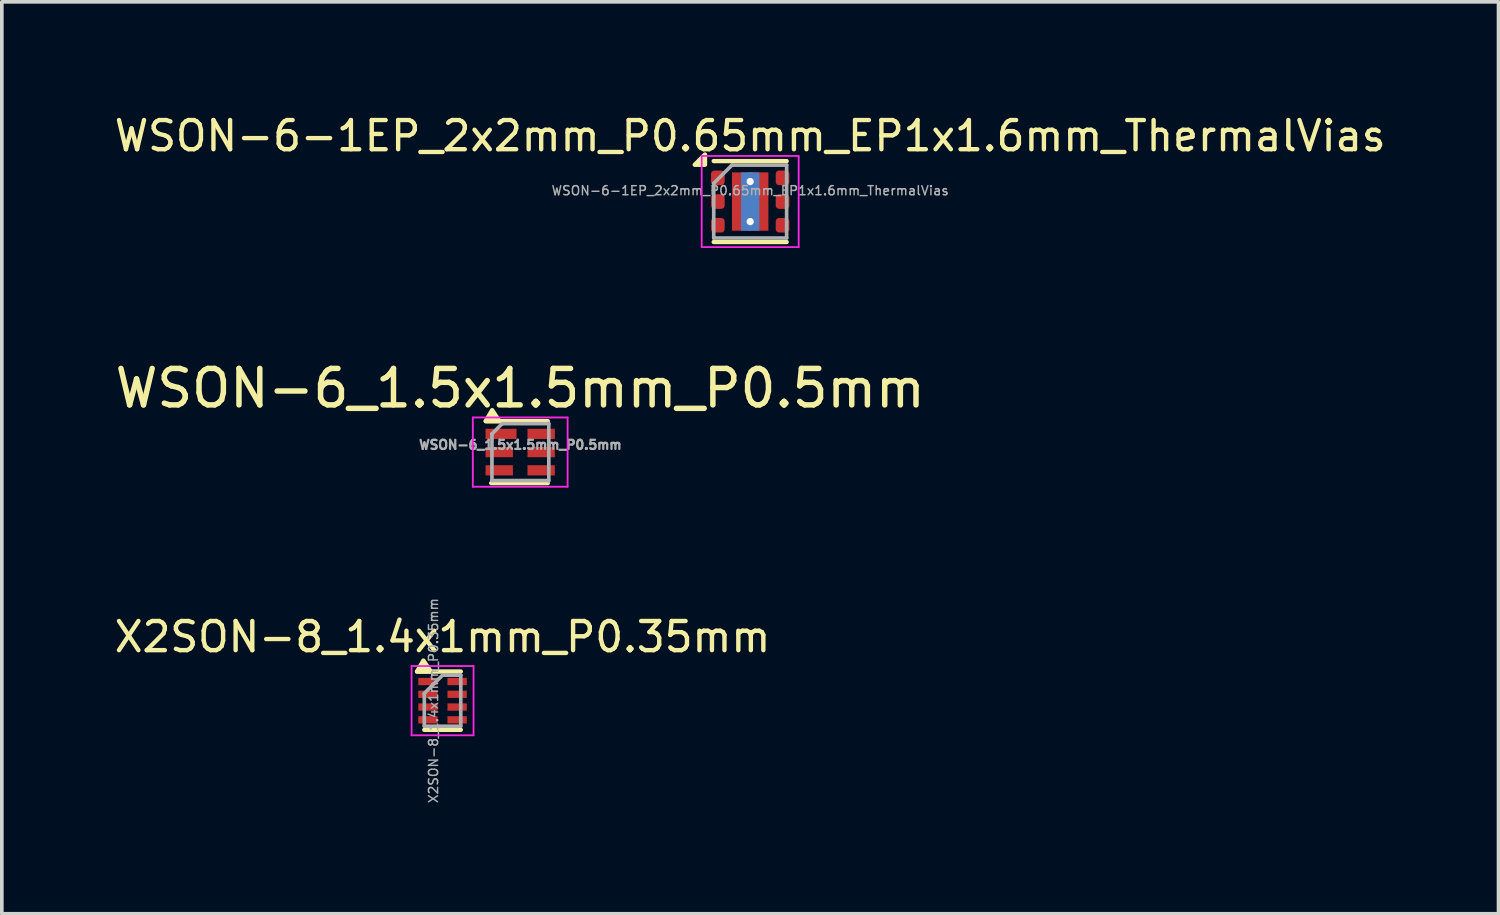
<source format=kicad_pcb>
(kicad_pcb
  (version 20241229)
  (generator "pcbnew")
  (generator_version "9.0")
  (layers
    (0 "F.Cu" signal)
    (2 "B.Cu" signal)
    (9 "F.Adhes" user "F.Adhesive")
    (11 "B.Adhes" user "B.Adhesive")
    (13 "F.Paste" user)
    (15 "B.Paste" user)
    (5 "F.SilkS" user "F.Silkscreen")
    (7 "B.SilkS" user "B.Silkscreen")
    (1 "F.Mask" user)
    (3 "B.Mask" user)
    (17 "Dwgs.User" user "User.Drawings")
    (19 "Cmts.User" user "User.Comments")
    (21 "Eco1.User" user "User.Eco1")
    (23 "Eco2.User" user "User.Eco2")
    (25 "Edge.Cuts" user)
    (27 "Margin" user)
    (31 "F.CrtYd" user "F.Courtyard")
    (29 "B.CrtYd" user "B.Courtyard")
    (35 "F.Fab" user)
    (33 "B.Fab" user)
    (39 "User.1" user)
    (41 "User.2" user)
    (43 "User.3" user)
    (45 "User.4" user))
  (footprint "X2SON-8_1.4x1mm_P0.35mm"
    (layer "F.Cu")
    (at 9.09 16.171)
    (property "Reference" "X2SON-8_1.4x1mm_P0.35mm" (at 0 -1.75 0) (layer "F.SilkS") (effects (font (size 0.8 0.8) (thickness 0.12))))
    (attr smd)
    (fp_line (start 0.5 -0.8) (end -0.7 -0.8) (stroke (width 0.12) (type solid)) (layer "F.SilkS"))
    (fp_line (start 0.5 0.8) (end -0.5 0.8) (stroke (width 0.12) (type solid)) (layer "F.SilkS"))
    (fp_poly (pts (xy -0.7 -0.8) (xy -0.525 -1.1) (xy -0.325 -0.8)) (stroke (width 0.12) (type solid)) (fill yes) (layer "F.SilkS"))
    (fp_line (start -0.85 -0.95) (end 0.85 -0.95) (stroke (width 0.05) (type solid)) (layer "F.CrtYd"))
    (fp_line (start -0.85 0.95) (end -0.85 -0.95) (stroke (width 0.05) (type solid)) (layer "F.CrtYd"))
    (fp_line (start 0.85 -0.95) (end 0.85 0.95) (stroke (width 0.05) (type solid)) (layer "F.CrtYd"))
    (fp_line (start 0.85 0.95) (end -0.85 0.95) (stroke (width 0.05) (type solid)) (layer "F.CrtYd"))
    (fp_line (start -0.5 0.7) (end -0.5 -0.2) (stroke (width 0.1) (type solid)) (layer "F.Fab"))
    (fp_line (start 0 -0.7) (end -0.5 -0.2) (stroke (width 0.1) (type solid)) (layer "F.Fab"))
    (fp_line (start 0 -0.7) (end 0.5 -0.7) (stroke (width 0.1) (type solid)) (layer "F.Fab"))
    (fp_line (start 0.5 -0.7) (end 0.5 0.7) (stroke (width 0.1) (type solid)) (layer "F.Fab"))
    (fp_line (start 0.5 0.7) (end -0.5 0.7) (stroke (width 0.1) (type solid)) (layer "F.Fab"))
    (fp_text user "${REFERENCE}" (at -0.25 0 90) (layer "F.Fab") (effects (font (size 0.25 0.25) (thickness 0.04))))
    (pad "1" smd rect (at -0.4 -0.525 270) (size 0.2 0.53) (layers "F.Cu" "F.Mask" "F.Paste"))
    (pad "2" smd rect (at -0.4 -0.175 270) (size 0.2 0.53) (layers "F.Cu" "F.Mask" "F.Paste"))
    (pad "3" smd rect (at -0.4 0.175 270) (size 0.2 0.53) (layers "F.Cu" "F.Mask" "F.Paste"))
    (pad "4" smd rect (at -0.4 0.525 270) (size 0.2 0.53) (layers "F.Cu" "F.Mask" "F.Paste"))
    (pad "5" smd rect (at 0.4 0.525 270) (size 0.2 0.53) (layers "F.Cu" "F.Mask" "F.Paste"))
    (pad "6" smd rect (at 0.4 0.175 270) (size 0.2 0.53) (layers "F.Cu" "F.Mask" "F.Paste"))
    (pad "7" smd rect (at 0.4 -0.175 270) (size 0.2 0.53) (layers "F.Cu" "F.Mask" "F.Paste"))
    (pad "8" smd rect (at 0.4 -0.525 270) (size 0.2 0.53) (layers "F.Cu" "F.Mask" "F.Paste")))
  (footprint "WSON-6-1EP_2x2mm_P0.65mm_EP1x1.6mm_ThermalVias"
    (layer "F.Cu")
    (at 17.529 2.479)
    (property "Reference" "WSON-6-1EP_2x2mm_P0.65mm_EP1x1.6mm_ThermalVias" (at 0 -1.8 0) (layer "F.SilkS") (effects (font (size 0.8 0.8) (thickness 0.12))))
    (attr smd)
    (fp_line (start -1 -1.11) (end 1 -1.11) (stroke (width 0.12) (type solid)) (layer "F.SilkS"))
    (fp_line (start -1 1.11) (end 1 1.11) (stroke (width 0.12) (type solid)) (layer "F.SilkS"))
    (fp_poly (pts (xy -1.24 -1.01) (xy -1.52 -1.01) (xy -1.24 -1.29) (xy -1.24 -1.01)) (stroke (width 0.12) (type solid)) (fill yes) (layer "F.SilkS"))
    (fp_line (start -1.33 -1.25) (end -1.33 1.25) (stroke (width 0.05) (type solid)) (layer "F.CrtYd"))
    (fp_line (start -1.33 1.25) (end 1.33 1.25) (stroke (width 0.05) (type solid)) (layer "F.CrtYd"))
    (fp_line (start 1.33 -1.25) (end -1.33 -1.25) (stroke (width 0.05) (type solid)) (layer "F.CrtYd"))
    (fp_line (start 1.33 1.25) (end 1.33 -1.25) (stroke (width 0.05) (type solid)) (layer "F.CrtYd"))
    (fp_line (start -1 -0.5) (end -0.5 -1) (stroke (width 0.1) (type solid)) (layer "F.Fab"))
    (fp_line (start -1 1) (end -1 -0.5) (stroke (width 0.1) (type solid)) (layer "F.Fab"))
    (fp_line (start -0.5 -1) (end 1 -1) (stroke (width 0.1) (type solid)) (layer "F.Fab"))
    (fp_line (start 1 -1) (end 1 1) (stroke (width 0.1) (type solid)) (layer "F.Fab"))
    (fp_line (start 1 1) (end -1 1) (stroke (width 0.1) (type solid)) (layer "F.Fab"))
    (fp_text user "${REFERENCE}" (at 0 -0.3 0) (layer "F.Fab") (effects (font (size 0.25 0.25) (thickness 0.04))))
    (pad "" smd roundrect (at 0 -0.4) (size 0.87 0.69) (layers "F.Paste") (roundrect_rratio 0.25))
    (pad "" smd roundrect (at 0 0.4) (size 0.87 0.69) (layers "F.Paste") (roundrect_rratio 0.25))
    (pad "1" smd roundrect (at -0.887 -0.65) (size 0.375 0.4) (layers "F.Cu" "F.Mask" "F.Paste") (roundrect_rratio 0.25))
    (pad "2" smd roundrect (at -0.887 0) (size 0.375 0.4) (layers "F.Cu" "F.Mask" "F.Paste") (roundrect_rratio 0.25))
    (pad "3" smd roundrect (at -0.887 0.65) (size 0.375 0.4) (layers "F.Cu" "F.Mask" "F.Paste") (roundrect_rratio 0.25))
    (pad "4" smd roundrect (at 0.887 0.65) (size 0.375 0.4) (layers "F.Cu" "F.Mask" "F.Paste") (roundrect_rratio 0.25))
    (pad "5" smd roundrect (at 0.887 0) (size 0.375 0.4) (layers "F.Cu" "F.Mask" "F.Paste") (roundrect_rratio 0.25))
    (pad "6" smd roundrect (at 0.887 -0.65) (size 0.375 0.4) (layers "F.Cu" "F.Mask" "F.Paste") (roundrect_rratio 0.25))
    (pad "7" thru_hole circle (at 0 -0.55) (size 0.5 0.5) (drill 0.2) (property pad_prop_heatsink) (layers "*.Cu"))
    (pad "7" smd rect (at 0 0) (size 0.5 1.6) (property pad_prop_heatsink) (layers "B.Cu"))
    (pad "7" smd rect (at 0 0) (size 1 1.6) (property pad_prop_heatsink) (layers "F.Cu" "F.Mask"))
    (pad "7" thru_hole circle (at 0 0.55) (size 0.5 0.5) (drill 0.2) (property pad_prop_heatsink) (layers "*.Cu")))
  (footprint "WSON-6_1.5x1.5mm_P0.5mm"
    (layer "F.Cu")
    (at 11.22 9.352)
    (property "Reference" "WSON-6_1.5x1.5mm_P0.5mm" (at 0 -1.75 0) (layer "F.SilkS") (effects (font (size 1 1) (thickness 0.15))))
    (attr smd)
    (fp_line (start -0.945 -0.85) (end 0.755 -0.85) (stroke (width 0.12) (type solid)) (layer "F.SilkS"))
    (fp_line (start -0.795 0.85) (end 0.755 0.85) (stroke (width 0.12) (type solid)) (layer "F.SilkS"))
    (fp_poly (pts (xy -0.945 -0.85) (xy -0.77 -1.15) (xy -0.57 -0.85)) (stroke (width 0.12) (type solid)) (fill yes) (layer "F.SilkS"))
    (fp_line (start -1.3 0.95) (end -1.3 -0.95) (stroke (width 0.05) (type solid)) (layer "F.CrtYd"))
    (fp_line (start -1.3 0.95) (end 1.3 0.95) (stroke (width 0.05) (type solid)) (layer "F.CrtYd"))
    (fp_line (start 1.3 -0.95) (end -1.3 -0.95) (stroke (width 0.05) (type solid)) (layer "F.CrtYd"))
    (fp_line (start 1.3 -0.95) (end 1.3 0.95) (stroke (width 0.05) (type solid)) (layer "F.CrtYd"))
    (fp_line (start -0.775 -0.5) (end -0.775 0.78) (stroke (width 0.1) (type solid)) (layer "F.Fab"))
    (fp_line (start -0.775 0.78) (end 0.785 0.78) (stroke (width 0.1) (type solid)) (layer "F.Fab"))
    (fp_line (start -0.495 -0.78) (end -0.775 -0.5) (stroke (width 0.1) (type solid)) (layer "F.Fab"))
    (fp_line (start 0.785 -0.78) (end -0.495 -0.78) (stroke (width 0.1) (type solid)) (layer "F.Fab"))
    (fp_line (start 0.785 -0.78) (end 0.785 0.78) (stroke (width 0.1) (type solid)) (layer "F.Fab"))
    (fp_text user "${REFERENCE}" (at 0.005 -0.2 0) (layer "F.Fab") (effects (font (size 0.25 0.25) (thickness 0.062) (bold yes))))
    (pad "1" smd rect (at -0.525 -0.5 270) (size 0.28 0.85) (layers "F.Cu" "F.Mask" "F.Paste"))
    (pad "2" smd rect (at -0.575 0 270) (size 0.28 0.75) (layers "F.Cu" "F.Mask" "F.Paste"))
    (pad "3" smd rect (at -0.575 0.5 270) (size 0.28 0.75) (layers "F.Cu" "F.Mask" "F.Paste"))
    (pad "4" smd rect (at 0.575 0.5 270) (size 0.28 0.75) (layers "F.Cu" "F.Mask" "F.Paste"))
    (pad "5" smd rect (at 0.575 0 270) (size 0.28 0.75) (layers "F.Cu" "F.Mask" "F.Paste"))
    (pad "6" smd rect (at 0.575 -0.5 270) (size 0.28 0.75) (layers "F.Cu" "F.Mask" "F.Paste")))
  (gr_rect
    (start -3 -3)
    (end 38.057 22.016)
    (stroke (width 0.1) (type default))
    (fill no)
    (layer "Edge.Cuts")))
</source>
